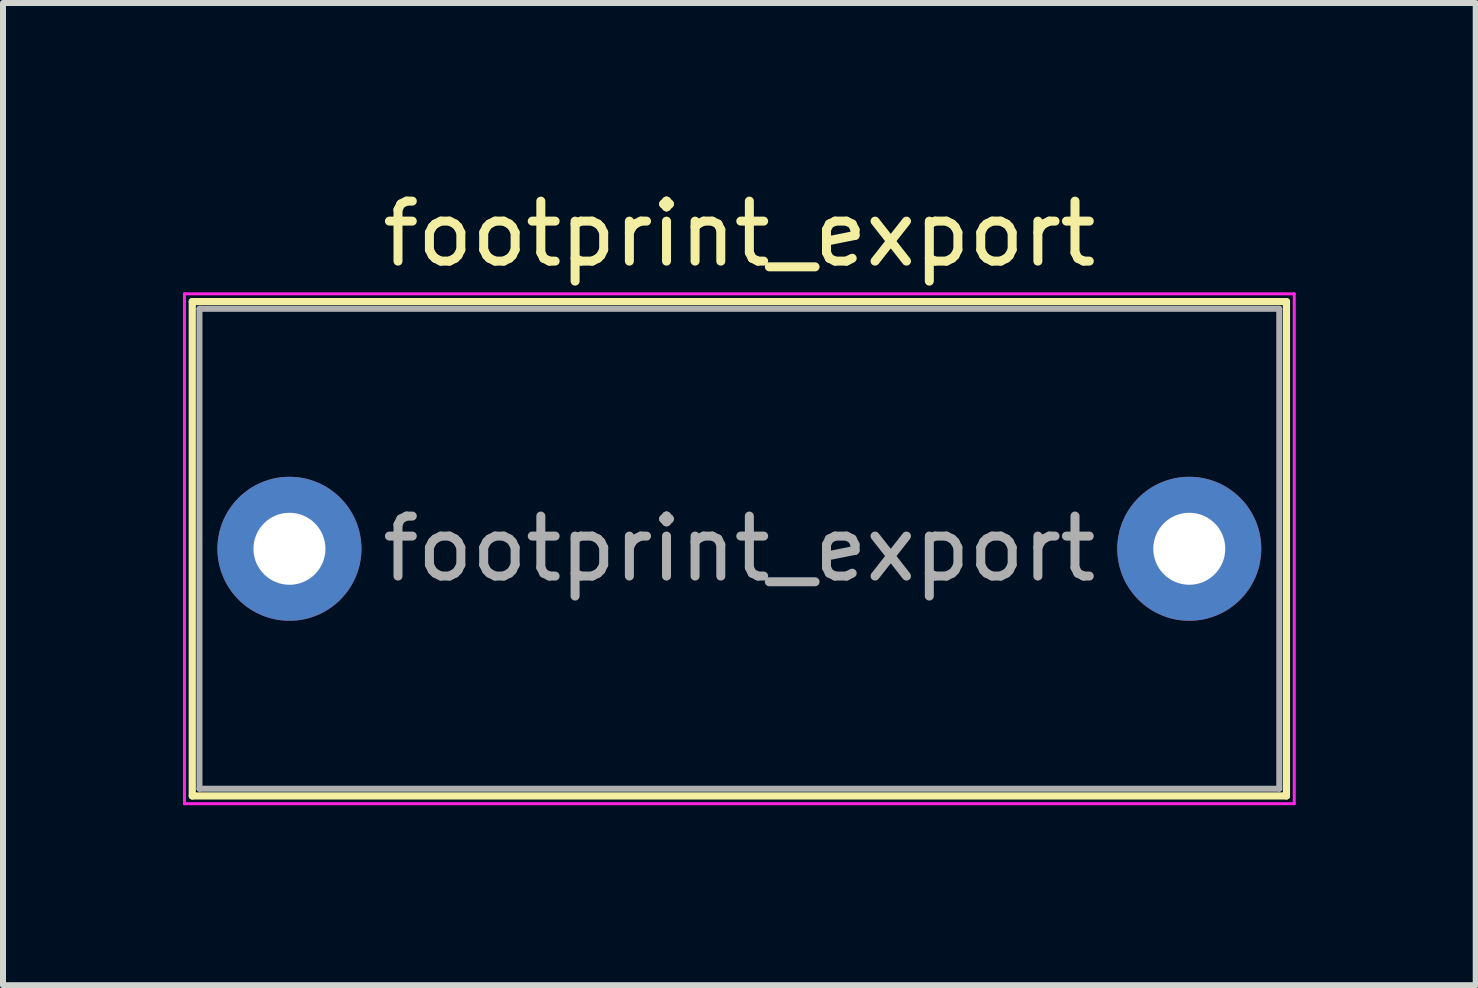
<source format=kicad_pcb>
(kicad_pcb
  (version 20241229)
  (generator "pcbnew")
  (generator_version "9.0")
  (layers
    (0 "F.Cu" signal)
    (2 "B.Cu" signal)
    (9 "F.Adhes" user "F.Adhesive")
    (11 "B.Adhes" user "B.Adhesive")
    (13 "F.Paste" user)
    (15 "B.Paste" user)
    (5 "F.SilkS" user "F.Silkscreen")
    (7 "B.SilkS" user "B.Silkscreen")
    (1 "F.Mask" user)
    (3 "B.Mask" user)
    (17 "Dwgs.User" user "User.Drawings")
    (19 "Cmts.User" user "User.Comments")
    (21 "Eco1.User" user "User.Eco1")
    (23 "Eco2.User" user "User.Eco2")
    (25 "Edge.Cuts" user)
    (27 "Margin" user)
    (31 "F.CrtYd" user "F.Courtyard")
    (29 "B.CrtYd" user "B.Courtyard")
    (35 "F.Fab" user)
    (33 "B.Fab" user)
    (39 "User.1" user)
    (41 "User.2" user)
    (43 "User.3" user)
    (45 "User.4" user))
  (footprint "footprint_export"
    (layer "F.Cu")
    (at 1.775 6.098)
    (property "Reference" "footprint_export" (at 7.5 -5.25 0) (layer "F.SilkS") (effects (font (size 1 1) (thickness 0.15))))
    (attr through_hole)
    (fp_line (start -1.62 -4.12) (end -1.62 4.12) (stroke (width 0.12) (type solid)) (layer "F.SilkS"))
    (fp_line (start -1.62 -4.12) (end 16.62 -4.12) (stroke (width 0.12) (type solid)) (layer "F.SilkS"))
    (fp_line (start -1.62 4.12) (end 16.62 4.12) (stroke (width 0.12) (type solid)) (layer "F.SilkS"))
    (fp_line (start 16.62 -4.12) (end 16.62 4.12) (stroke (width 0.12) (type solid)) (layer "F.SilkS"))
    (fp_line (start -1.75 -4.25) (end -1.75 4.25) (stroke (width 0.05) (type solid)) (layer "F.CrtYd"))
    (fp_line (start -1.75 4.25) (end 16.75 4.25) (stroke (width 0.05) (type solid)) (layer "F.CrtYd"))
    (fp_line (start 16.75 -4.25) (end -1.75 -4.25) (stroke (width 0.05) (type solid)) (layer "F.CrtYd"))
    (fp_line (start 16.75 4.25) (end 16.75 -4.25) (stroke (width 0.05) (type solid)) (layer "F.CrtYd"))
    (fp_line (start -1.5 -4) (end -1.5 4) (stroke (width 0.1) (type solid)) (layer "F.Fab"))
    (fp_line (start -1.5 4) (end 16.5 4) (stroke (width 0.1) (type solid)) (layer "F.Fab"))
    (fp_line (start 16.5 -4) (end -1.5 -4) (stroke (width 0.1) (type solid)) (layer "F.Fab"))
    (fp_line (start 16.5 4) (end 16.5 -4) (stroke (width 0.1) (type solid)) (layer "F.Fab"))
    (fp_text user "${REFERENCE}" (at 7.5 0 0) (layer "F.Fab") (effects (font (size 1 1) (thickness 0.15))))
    (pad "1" thru_hole circle (at 0 0) (size 2.4 2.4) (drill 1.2) (layers "*.Cu" "*.Mask"))
    (pad "2" thru_hole circle (at 15 0) (size 2.4 2.4) (drill 1.2) (layers "*.Cu" "*.Mask")))
  (gr_rect
    (start -3 -3)
    (end 21.55 13.373)
    (stroke (width 0.1) (type default))
    (fill no)
    (layer "Edge.Cuts")))
</source>
